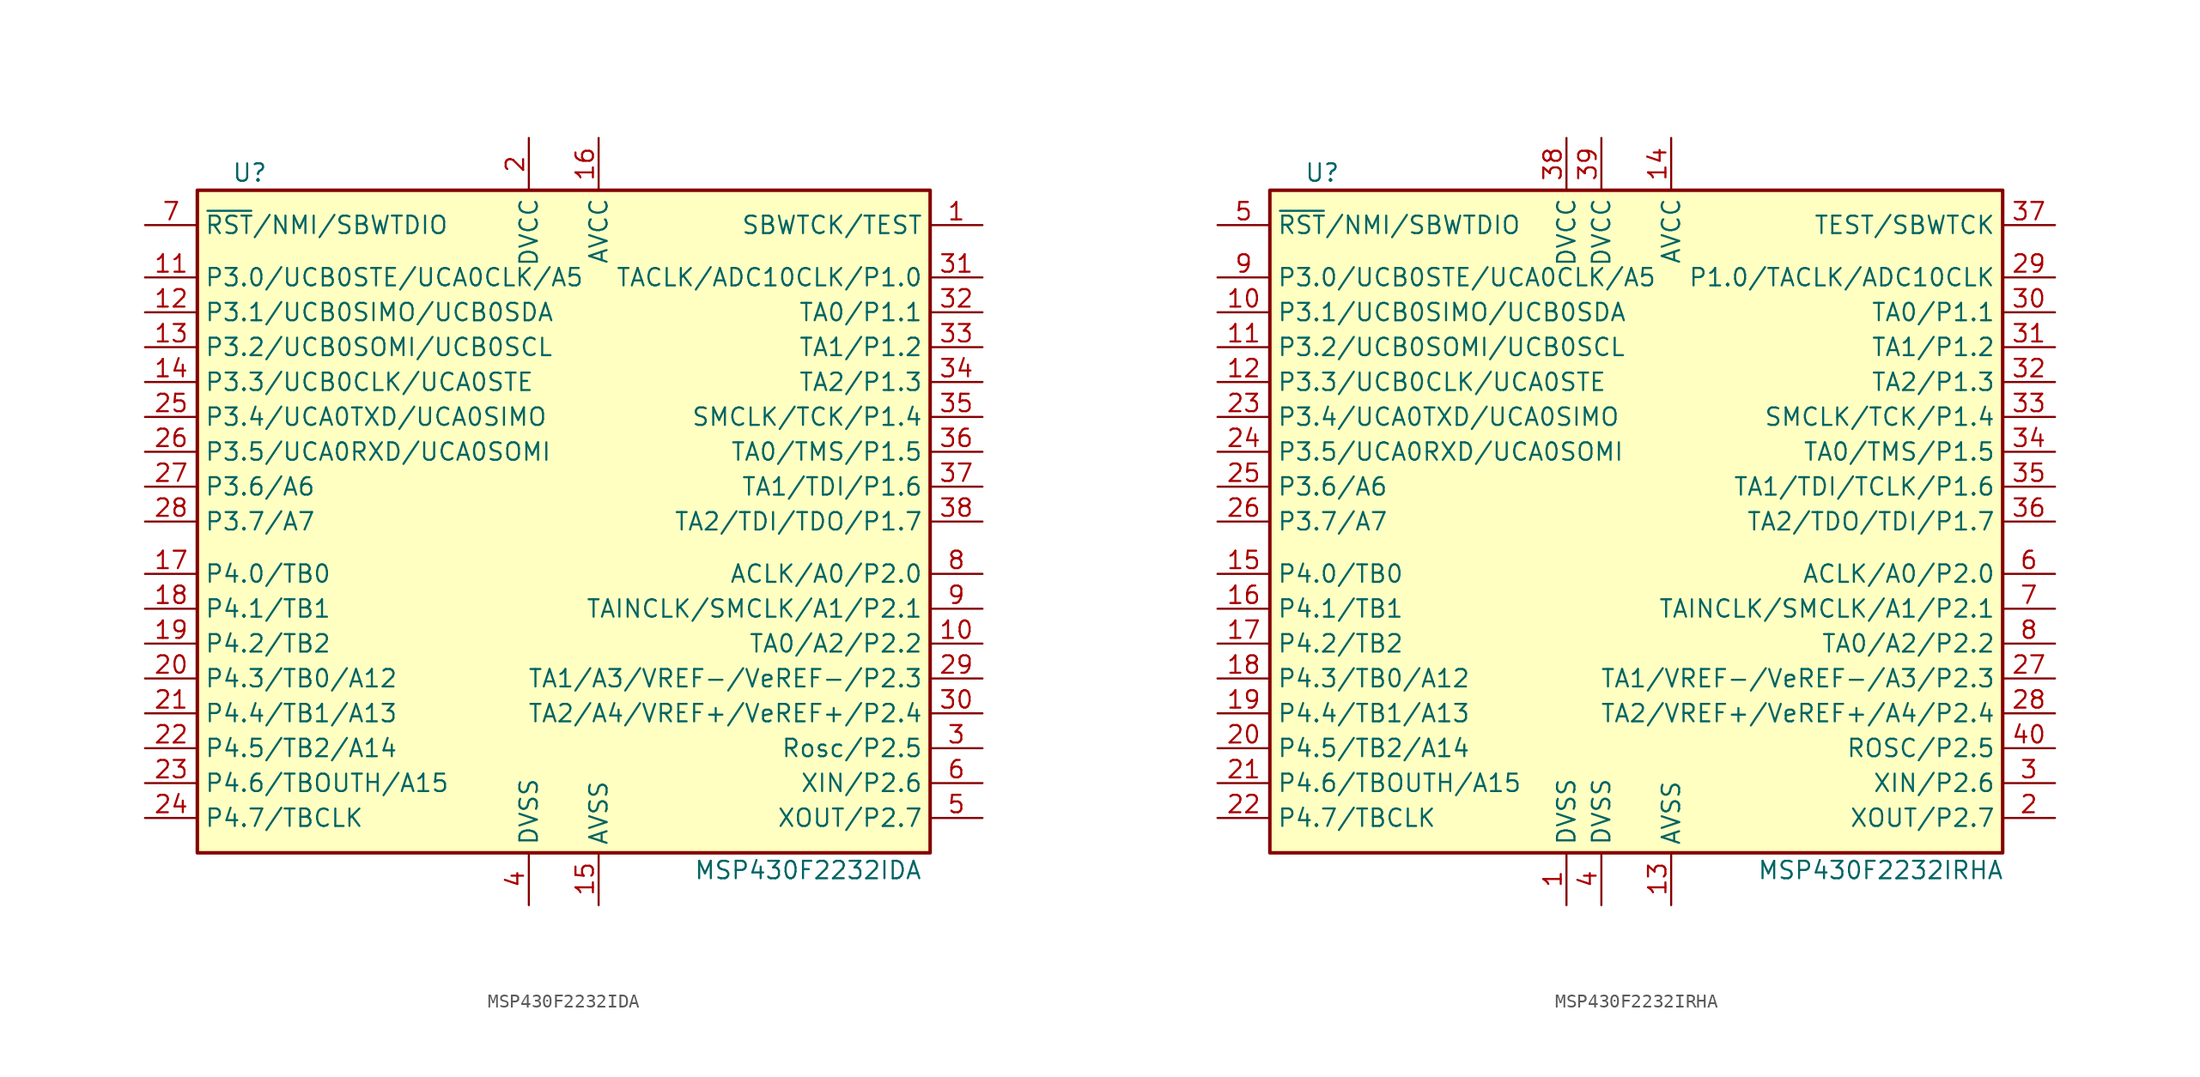
<source format=kicad_sym>
(kicad_symbol_lib
  (version 20211014)
  (generator kicad_symbol_editor)
  (symbol "MSP430F2232IDA"
    (property "Reference" "U"
      (at -22.86 25.4 0)
      (effects (font (size 1.27 1.27))))
    (property "Value" "MSP430F2232IDA"
      (at 17.78 -25.4 0)
      (effects (font (size 1.27 1.27))))
    (symbol "MSP430F2232IDA_0_1"
      (rectangle (start -26.67 24.13) (end 26.67 -24.13) (stroke (width 0.254) (type default) (color 0 0 0 0)) (fill (type background))))
    (symbol "MSP430F2232IDA_1_1"
      (pin input line (at 30.48 21.59 180) (length 3.81) (name "SBWTCK/TEST" (effects (font (size 1.27 1.27)))) (number "1" (effects (font (size 1.27 1.27)))))
      (pin bidirectional line (at 30.48 -8.89 180) (length 3.81) (name "TA0/A2/P2.2" (effects (font (size 1.27 1.27)))) (number "10" (effects (font (size 1.27 1.27)))))
      (pin bidirectional line (at -30.48 17.78 0) (length 3.81) (name "P3.0/UCB0STE/UCA0CLK/A5" (effects (font (size 1.27 1.27)))) (number "11" (effects (font (size 1.27 1.27)))))
      (pin bidirectional line (at -30.48 15.24 0) (length 3.81) (name "P3.1/UCB0SIMO/UCB0SDA" (effects (font (size 1.27 1.27)))) (number "12" (effects (font (size 1.27 1.27)))))
      (pin bidirectional line (at -30.48 12.7 0) (length 3.81) (name "P3.2/UCB0SOMI/UCB0SCL" (effects (font (size 1.27 1.27)))) (number "13" (effects (font (size 1.27 1.27)))))
      (pin bidirectional line (at -30.48 10.16 0) (length 3.81) (name "P3.3/UCB0CLK/UCA0STE" (effects (font (size 1.27 1.27)))) (number "14" (effects (font (size 1.27 1.27)))))
      (pin power_in line (at 2.54 -27.94 90) (length 3.81) (name "AVSS" (effects (font (size 1.27 1.27)))) (number "15" (effects (font (size 1.27 1.27)))))
      (pin power_in line (at 2.54 27.94 270) (length 3.81) (name "AVCC" (effects (font (size 1.27 1.27)))) (number "16" (effects (font (size 1.27 1.27)))))
      (pin bidirectional line (at -30.48 -3.81 0) (length 3.81) (name "P4.0/TB0" (effects (font (size 1.27 1.27)))) (number "17" (effects (font (size 1.27 1.27)))))
      (pin bidirectional line (at -30.48 -6.35 0) (length 3.81) (name "P4.1/TB1" (effects (font (size 1.27 1.27)))) (number "18" (effects (font (size 1.27 1.27)))))
      (pin bidirectional line (at -30.48 -8.89 0) (length 3.81) (name "P4.2/TB2" (effects (font (size 1.27 1.27)))) (number "19" (effects (font (size 1.27 1.27)))))
      (pin power_in line (at -2.54 27.94 270) (length 3.81) (name "DVCC" (effects (font (size 1.27 1.27)))) (number "2" (effects (font (size 1.27 1.27)))))
      (pin bidirectional line (at -30.48 -11.43 0) (length 3.81) (name "P4.3/TB0/A12" (effects (font (size 1.27 1.27)))) (number "20" (effects (font (size 1.27 1.27)))))
      (pin bidirectional line (at -30.48 -13.97 0) (length 3.81) (name "P4.4/TB1/A13" (effects (font (size 1.27 1.27)))) (number "21" (effects (font (size 1.27 1.27)))))
      (pin bidirectional line (at -30.48 -16.51 0) (length 3.81) (name "P4.5/TB2/A14" (effects (font (size 1.27 1.27)))) (number "22" (effects (font (size 1.27 1.27)))))
      (pin bidirectional line (at -30.48 -19.05 0) (length 3.81) (name "P4.6/TBOUTH/A15" (effects (font (size 1.27 1.27)))) (number "23" (effects (font (size 1.27 1.27)))))
      (pin bidirectional line (at -30.48 -21.59 0) (length 3.81) (name "P4.7/TBCLK" (effects (font (size 1.27 1.27)))) (number "24" (effects (font (size 1.27 1.27)))))
      (pin bidirectional line (at -30.48 7.62 0) (length 3.81) (name "P3.4/UCA0TXD/UCA0SIMO" (effects (font (size 1.27 1.27)))) (number "25" (effects (font (size 1.27 1.27)))))
      (pin bidirectional line (at -30.48 5.08 0) (length 3.81) (name "P3.5/UCA0RXD/UCA0SOMI" (effects (font (size 1.27 1.27)))) (number "26" (effects (font (size 1.27 1.27)))))
      (pin bidirectional line (at -30.48 2.54 0) (length 3.81) (name "P3.6/A6" (effects (font (size 1.27 1.27)))) (number "27" (effects (font (size 1.27 1.27)))))
      (pin bidirectional line (at -30.48 0 0) (length 3.81) (name "P3.7/A7" (effects (font (size 1.27 1.27)))) (number "28" (effects (font (size 1.27 1.27)))))
      (pin bidirectional line (at 30.48 -11.43 180) (length 3.81) (name "TA1/A3/VREF-/VeREF-/P2.3" (effects (font (size 1.27 1.27)))) (number "29" (effects (font (size 1.27 1.27)))))
      (pin bidirectional line (at 30.48 -16.51 180) (length 3.81) (name "Rosc/P2.5" (effects (font (size 1.27 1.27)))) (number "3" (effects (font (size 1.27 1.27)))))
      (pin bidirectional line (at 30.48 -13.97 180) (length 3.81) (name "TA2/A4/VREF+/VeREF+/P2.4" (effects (font (size 1.27 1.27)))) (number "30" (effects (font (size 1.27 1.27)))))
      (pin bidirectional line (at 30.48 17.78 180) (length 3.81) (name "TACLK/ADC10CLK/P1.0" (effects (font (size 1.27 1.27)))) (number "31" (effects (font (size 1.27 1.27)))))
      (pin bidirectional line (at 30.48 15.24 180) (length 3.81) (name "TA0/P1.1" (effects (font (size 1.27 1.27)))) (number "32" (effects (font (size 1.27 1.27)))))
      (pin bidirectional line (at 30.48 12.7 180) (length 3.81) (name "TA1/P1.2" (effects (font (size 1.27 1.27)))) (number "33" (effects (font (size 1.27 1.27)))))
      (pin bidirectional line (at 30.48 10.16 180) (length 3.81) (name "TA2/P1.3" (effects (font (size 1.27 1.27)))) (number "34" (effects (font (size 1.27 1.27)))))
      (pin bidirectional line (at 30.48 7.62 180) (length 3.81) (name "SMCLK/TCK/P1.4" (effects (font (size 1.27 1.27)))) (number "35" (effects (font (size 1.27 1.27)))))
      (pin bidirectional line (at 30.48 5.08 180) (length 3.81) (name "TA0/TMS/P1.5" (effects (font (size 1.27 1.27)))) (number "36" (effects (font (size 1.27 1.27)))))
      (pin bidirectional line (at 30.48 2.54 180) (length 3.81) (name "TA1/TDI/P1.6" (effects (font (size 1.27 1.27)))) (number "37" (effects (font (size 1.27 1.27)))))
      (pin bidirectional line (at 30.48 0 180) (length 3.81) (name "TA2/TDI/TDO/P1.7" (effects (font (size 1.27 1.27)))) (number "38" (effects (font (size 1.27 1.27)))))
      (pin power_in line (at -2.54 -27.94 90) (length 3.81) (name "DVSS" (effects (font (size 1.27 1.27)))) (number "4" (effects (font (size 1.27 1.27)))))
      (pin bidirectional line (at 30.48 -21.59 180) (length 3.81) (name "XOUT/P2.7" (effects (font (size 1.27 1.27)))) (number "5" (effects (font (size 1.27 1.27)))))
      (pin bidirectional line (at 30.48 -19.05 180) (length 3.81) (name "XIN/P2.6" (effects (font (size 1.27 1.27)))) (number "6" (effects (font (size 1.27 1.27)))))
      (pin bidirectional line (at -30.48 21.59 0) (length 3.81) (name "~{RST}/NMI/SBWTDIO" (effects (font (size 1.27 1.27)))) (number "7" (effects (font (size 1.27 1.27)))))
      (pin bidirectional line (at 30.48 -3.81 180) (length 3.81) (name "ACLK/A0/P2.0" (effects (font (size 1.27 1.27)))) (number "8" (effects (font (size 1.27 1.27)))))
      (pin bidirectional line (at 30.48 -6.35 180) (length 3.81) (name "TAINCLK/SMCLK/A1/P2.1" (effects (font (size 1.27 1.27)))) (number "9" (effects (font (size 1.27 1.27)))))))
  (symbol "MSP430F2232IRHA"
    (property "Reference" "U"
      (at -22.86 25.4 0)
      (effects (font (size 1.27 1.27))))
    (property "Value" "MSP430F2232IRHA"
      (at 17.78 -25.4 0)
      (effects (font (size 1.27 1.27))))
    (symbol "MSP430F2232IRHA_0_1"
      (rectangle (start -26.67 24.13) (end 26.67 -24.13) (stroke (width 0.254) (type default) (color 0 0 0 0)) (fill (type background))))
    (symbol "MSP430F2232IRHA_1_1"
      (pin power_in line (at -5.08 -27.94 90) (length 3.81) (name "DVSS" (effects (font (size 1.27 1.27)))) (number "1" (effects (font (size 1.27 1.27)))))
      (pin bidirectional line (at -30.48 15.24 0) (length 3.81) (name "P3.1/UCB0SIMO/UCB0SDA" (effects (font (size 1.27 1.27)))) (number "10" (effects (font (size 1.27 1.27)))))
      (pin bidirectional line (at -30.48 12.7 0) (length 3.81) (name "P3.2/UCB0SOMI/UCB0SCL" (effects (font (size 1.27 1.27)))) (number "11" (effects (font (size 1.27 1.27)))))
      (pin bidirectional line (at -30.48 10.16 0) (length 3.81) (name "P3.3/UCB0CLK/UCA0STE" (effects (font (size 1.27 1.27)))) (number "12" (effects (font (size 1.27 1.27)))))
      (pin power_in line (at 2.54 -27.94 90) (length 3.81) (name "AVSS" (effects (font (size 1.27 1.27)))) (number "13" (effects (font (size 1.27 1.27)))))
      (pin power_in line (at 2.54 27.94 270) (length 3.81) (name "AVCC" (effects (font (size 1.27 1.27)))) (number "14" (effects (font (size 1.27 1.27)))))
      (pin bidirectional line (at -30.48 -3.81 0) (length 3.81) (name "P4.0/TB0" (effects (font (size 1.27 1.27)))) (number "15" (effects (font (size 1.27 1.27)))))
      (pin bidirectional line (at -30.48 -6.35 0) (length 3.81) (name "P4.1/TB1" (effects (font (size 1.27 1.27)))) (number "16" (effects (font (size 1.27 1.27)))))
      (pin bidirectional line (at -30.48 -8.89 0) (length 3.81) (name "P4.2/TB2" (effects (font (size 1.27 1.27)))) (number "17" (effects (font (size 1.27 1.27)))))
      (pin bidirectional line (at -30.48 -11.43 0) (length 3.81) (name "P4.3/TB0/A12" (effects (font (size 1.27 1.27)))) (number "18" (effects (font (size 1.27 1.27)))))
      (pin bidirectional line (at -30.48 -13.97 0) (length 3.81) (name "P4.4/TB1/A13" (effects (font (size 1.27 1.27)))) (number "19" (effects (font (size 1.27 1.27)))))
      (pin bidirectional line (at 30.48 -21.59 180) (length 3.81) (name "XOUT/P2.7" (effects (font (size 1.27 1.27)))) (number "2" (effects (font (size 1.27 1.27)))))
      (pin bidirectional line (at -30.48 -16.51 0) (length 3.81) (name "P4.5/TB2/A14" (effects (font (size 1.27 1.27)))) (number "20" (effects (font (size 1.27 1.27)))))
      (pin bidirectional line (at -30.48 -19.05 0) (length 3.81) (name "P4.6/TBOUTH/A15" (effects (font (size 1.27 1.27)))) (number "21" (effects (font (size 1.27 1.27)))))
      (pin bidirectional line (at -30.48 -21.59 0) (length 3.81) (name "P4.7/TBCLK" (effects (font (size 1.27 1.27)))) (number "22" (effects (font (size 1.27 1.27)))))
      (pin bidirectional line (at -30.48 7.62 0) (length 3.81) (name "P3.4/UCA0TXD/UCA0SIMO" (effects (font (size 1.27 1.27)))) (number "23" (effects (font (size 1.27 1.27)))))
      (pin bidirectional line (at -30.48 5.08 0) (length 3.81) (name "P3.5/UCA0RXD/UCA0SOMI" (effects (font (size 1.27 1.27)))) (number "24" (effects (font (size 1.27 1.27)))))
      (pin bidirectional line (at -30.48 2.54 0) (length 3.81) (name "P3.6/A6" (effects (font (size 1.27 1.27)))) (number "25" (effects (font (size 1.27 1.27)))))
      (pin bidirectional line (at -30.48 0 0) (length 3.81) (name "P3.7/A7" (effects (font (size 1.27 1.27)))) (number "26" (effects (font (size 1.27 1.27)))))
      (pin bidirectional line (at 30.48 -11.43 180) (length 3.81) (name "TA1/VREF-/VeREF-/A3/P2.3" (effects (font (size 1.27 1.27)))) (number "27" (effects (font (size 1.27 1.27)))))
      (pin bidirectional line (at 30.48 -13.97 180) (length 3.81) (name "TA2/VREF+/VeREF+/A4/P2.4" (effects (font (size 1.27 1.27)))) (number "28" (effects (font (size 1.27 1.27)))))
      (pin bidirectional line (at 30.48 17.78 180) (length 3.81) (name "P1.0/TACLK/ADC10CLK" (effects (font (size 1.27 1.27)))) (number "29" (effects (font (size 1.27 1.27)))))
      (pin bidirectional line (at 30.48 -19.05 180) (length 3.81) (name "XIN/P2.6" (effects (font (size 1.27 1.27)))) (number "3" (effects (font (size 1.27 1.27)))))
      (pin bidirectional line (at 30.48 15.24 180) (length 3.81) (name "TA0/P1.1" (effects (font (size 1.27 1.27)))) (number "30" (effects (font (size 1.27 1.27)))))
      (pin bidirectional line (at 30.48 12.7 180) (length 3.81) (name "TA1/P1.2" (effects (font (size 1.27 1.27)))) (number "31" (effects (font (size 1.27 1.27)))))
      (pin bidirectional line (at 30.48 10.16 180) (length 3.81) (name "TA2/P1.3" (effects (font (size 1.27 1.27)))) (number "32" (effects (font (size 1.27 1.27)))))
      (pin bidirectional line (at 30.48 7.62 180) (length 3.81) (name "SMCLK/TCK/P1.4" (effects (font (size 1.27 1.27)))) (number "33" (effects (font (size 1.27 1.27)))))
      (pin bidirectional line (at 30.48 5.08 180) (length 3.81) (name "TA0/TMS/P1.5" (effects (font (size 1.27 1.27)))) (number "34" (effects (font (size 1.27 1.27)))))
      (pin bidirectional line (at 30.48 2.54 180) (length 3.81) (name "TA1/TDI/TCLK/P1.6" (effects (font (size 1.27 1.27)))) (number "35" (effects (font (size 1.27 1.27)))))
      (pin bidirectional line (at 30.48 0 180) (length 3.81) (name "TA2/TDO/TDI/P1.7" (effects (font (size 1.27 1.27)))) (number "36" (effects (font (size 1.27 1.27)))))
      (pin input line (at 30.48 21.59 180) (length 3.81) (name "TEST/SBWTCK" (effects (font (size 1.27 1.27)))) (number "37" (effects (font (size 1.27 1.27)))))
      (pin power_in line (at -5.08 27.94 270) (length 3.81) (name "DVCC" (effects (font (size 1.27 1.27)))) (number "38" (effects (font (size 1.27 1.27)))))
      (pin power_in line (at -2.54 27.94 270) (length 3.81) (name "DVCC" (effects (font (size 1.27 1.27)))) (number "39" (effects (font (size 1.27 1.27)))))
      (pin power_in line (at -2.54 -27.94 90) (length 3.81) (name "DVSS" (effects (font (size 1.27 1.27)))) (number "4" (effects (font (size 1.27 1.27)))))
      (pin bidirectional line (at 30.48 -16.51 180) (length 3.81) (name "ROSC/P2.5" (effects (font (size 1.27 1.27)))) (number "40" (effects (font (size 1.27 1.27)))))
      (pin input line (at -30.48 21.59 0) (length 3.81) (name "~{RST}/NMI/SBWTDIO" (effects (font (size 1.27 1.27)))) (number "5" (effects (font (size 1.27 1.27)))))
      (pin bidirectional line (at 30.48 -3.81 180) (length 3.81) (name "ACLK/A0/P2.0" (effects (font (size 1.27 1.27)))) (number "6" (effects (font (size 1.27 1.27)))))
      (pin bidirectional line (at 30.48 -6.35 180) (length 3.81) (name "TAINCLK/SMCLK/A1/P2.1" (effects (font (size 1.27 1.27)))) (number "7" (effects (font (size 1.27 1.27)))))
      (pin bidirectional line (at 30.48 -8.89 180) (length 3.81) (name "TA0/A2/P2.2" (effects (font (size 1.27 1.27)))) (number "8" (effects (font (size 1.27 1.27)))))
      (pin bidirectional line (at -30.48 17.78 0) (length 3.81) (name "P3.0/UCB0STE/UCA0CLK/A5" (effects (font (size 1.27 1.27)))) (number "9" (effects (font (size 1.27 1.27))))))))
</source>
